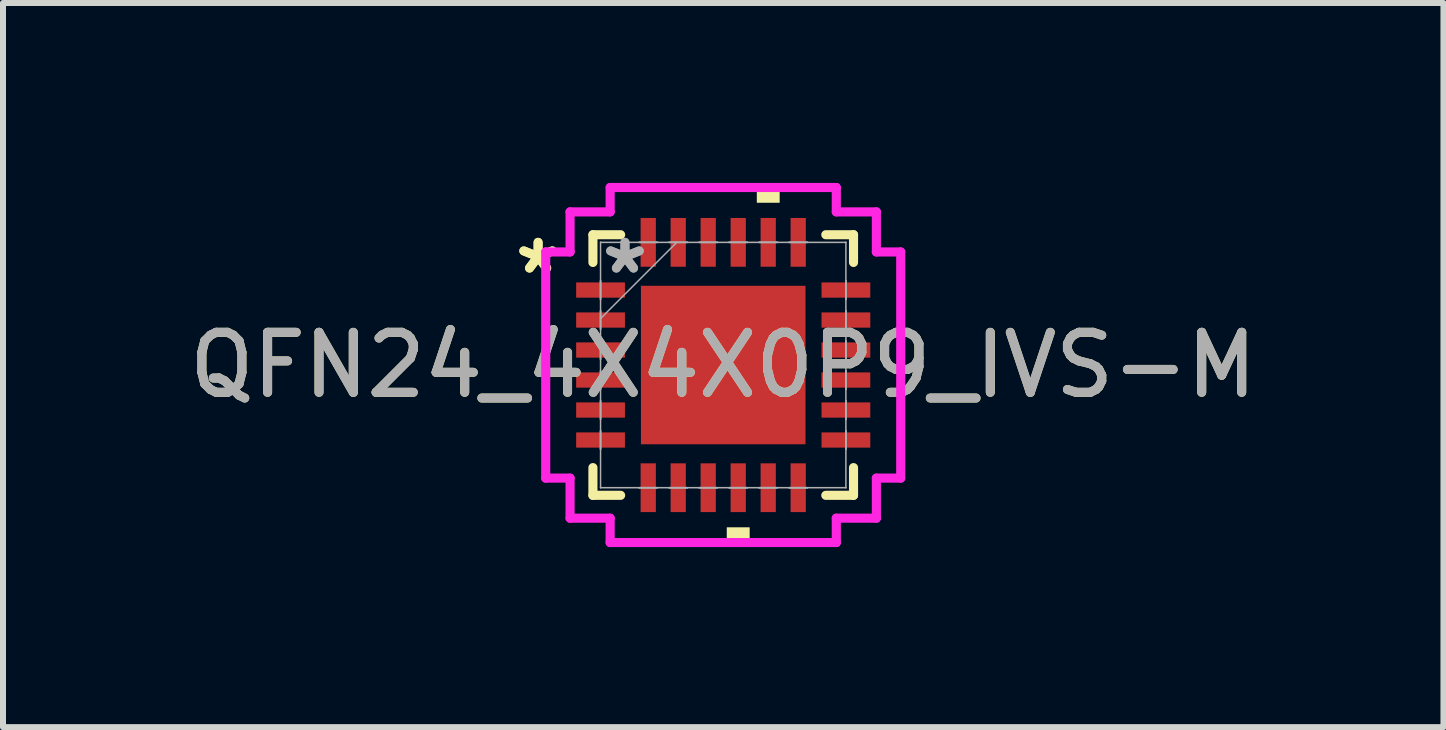
<source format=kicad_pcb>
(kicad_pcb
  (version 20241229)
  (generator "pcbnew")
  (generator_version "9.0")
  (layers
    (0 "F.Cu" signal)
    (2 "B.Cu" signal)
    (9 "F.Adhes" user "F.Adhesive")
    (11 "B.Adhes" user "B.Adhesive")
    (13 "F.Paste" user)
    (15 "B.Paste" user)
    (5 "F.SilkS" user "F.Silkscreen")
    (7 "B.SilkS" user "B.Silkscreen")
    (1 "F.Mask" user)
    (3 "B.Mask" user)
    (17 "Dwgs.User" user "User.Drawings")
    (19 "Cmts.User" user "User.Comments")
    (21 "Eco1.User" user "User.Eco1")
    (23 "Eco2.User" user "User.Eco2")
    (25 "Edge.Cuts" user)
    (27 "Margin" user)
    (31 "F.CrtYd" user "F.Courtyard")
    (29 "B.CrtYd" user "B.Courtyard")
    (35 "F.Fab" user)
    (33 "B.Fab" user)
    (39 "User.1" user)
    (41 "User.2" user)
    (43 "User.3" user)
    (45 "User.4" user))
  (footprint "QFN24_4X4X0P9_IVS-M"
    (layer "F.Cu")
    (at 9.006 3.035)
    (property "Reference" "QFN24_4X4X0P9_IVS-M" (at 0 0 0) (unlocked yes) (layer "F.SilkS") (effects (font (size 1 1) (thickness 0.15))))
    (attr smd)
    (fp_line (start -2.172 -2.172) (end -2.172 -1.71) (stroke (width 0.152) (type solid)) (layer "F.SilkS"))
    (fp_line (start -2.172 1.71) (end -2.172 2.172) (stroke (width 0.152) (type solid)) (layer "F.SilkS"))
    (fp_line (start -2.172 2.172) (end -1.71 2.172) (stroke (width 0.152) (type solid)) (layer "F.SilkS"))
    (fp_line (start -1.71 -2.172) (end -2.172 -2.172) (stroke (width 0.152) (type solid)) (layer "F.SilkS"))
    (fp_line (start 1.71 2.172) (end 2.172 2.172) (stroke (width 0.152) (type solid)) (layer "F.SilkS"))
    (fp_line (start 2.172 -2.172) (end 1.71 -2.172) (stroke (width 0.152) (type solid)) (layer "F.SilkS"))
    (fp_line (start 2.172 -1.71) (end 2.172 -2.172) (stroke (width 0.152) (type solid)) (layer "F.SilkS"))
    (fp_line (start 2.172 2.172) (end 2.172 1.71) (stroke (width 0.152) (type solid)) (layer "F.SilkS"))
    (fp_poly (pts (xy 0.059 2.705) (xy 0.059 2.959) (xy 0.441 2.959) (xy 0.441 2.705)) (stroke (width 0) (type solid)) (fill yes) (layer "F.SilkS"))
    (fp_poly (pts (xy 0.56 -2.705) (xy 0.56 -2.959) (xy 0.941 -2.959) (xy 0.941 -2.705)) (stroke (width 0) (type solid)) (fill yes) (layer "F.SilkS"))
    (fp_poly (pts (xy -1.272 -1.221) (xy -1.272 -0.1) (xy -0.1 -0.1) (xy -0.1 -1.221)) (stroke (width 0) (type solid)) (fill yes) (layer "F.Paste"))
    (fp_poly (pts (xy -1.272 0.1) (xy -1.272 1.221) (xy -0.1 1.221) (xy -0.1 0.1)) (stroke (width 0) (type solid)) (fill yes) (layer "F.Paste"))
    (fp_poly (pts (xy 0.1 -1.221) (xy 0.1 -0.1) (xy 1.272 -0.1) (xy 1.272 -1.221)) (stroke (width 0) (type solid)) (fill yes) (layer "F.Paste"))
    (fp_poly (pts (xy 0.1 0.1) (xy 0.1 1.221) (xy 1.272 1.221) (xy 1.272 0.1)) (stroke (width 0) (type solid)) (fill yes) (layer "F.Paste"))
    (fp_line (start -2.959 -1.885) (end -2.553 -1.885) (stroke (width 0.152) (type solid)) (layer "F.CrtYd"))
    (fp_line (start -2.959 1.885) (end -2.959 -1.885) (stroke (width 0.152) (type solid)) (layer "F.CrtYd"))
    (fp_line (start -2.553 -2.553) (end -1.885 -2.553) (stroke (width 0.152) (type solid)) (layer "F.CrtYd"))
    (fp_line (start -2.553 -1.885) (end -2.553 -2.553) (stroke (width 0.152) (type solid)) (layer "F.CrtYd"))
    (fp_line (start -2.553 1.885) (end -2.959 1.885) (stroke (width 0.152) (type solid)) (layer "F.CrtYd"))
    (fp_line (start -2.553 2.553) (end -2.553 1.885) (stroke (width 0.152) (type solid)) (layer "F.CrtYd"))
    (fp_line (start -1.885 -2.959) (end 1.885 -2.959) (stroke (width 0.152) (type solid)) (layer "F.CrtYd"))
    (fp_line (start -1.885 -2.553) (end -1.885 -2.959) (stroke (width 0.152) (type solid)) (layer "F.CrtYd"))
    (fp_line (start -1.885 2.553) (end -2.553 2.553) (stroke (width 0.152) (type solid)) (layer "F.CrtYd"))
    (fp_line (start -1.885 2.959) (end -1.885 2.553) (stroke (width 0.152) (type solid)) (layer "F.CrtYd"))
    (fp_line (start 1.885 -2.959) (end 1.885 -2.553) (stroke (width 0.152) (type solid)) (layer "F.CrtYd"))
    (fp_line (start 1.885 -2.553) (end 2.553 -2.553) (stroke (width 0.152) (type solid)) (layer "F.CrtYd"))
    (fp_line (start 1.885 2.553) (end 1.885 2.959) (stroke (width 0.152) (type solid)) (layer "F.CrtYd"))
    (fp_line (start 1.885 2.959) (end -1.885 2.959) (stroke (width 0.152) (type solid)) (layer "F.CrtYd"))
    (fp_line (start 2.553 -2.553) (end 2.553 -1.885) (stroke (width 0.152) (type solid)) (layer "F.CrtYd"))
    (fp_line (start 2.553 -1.885) (end 2.959 -1.885) (stroke (width 0.152) (type solid)) (layer "F.CrtYd"))
    (fp_line (start 2.553 1.885) (end 2.553 2.553) (stroke (width 0.152) (type solid)) (layer "F.CrtYd"))
    (fp_line (start 2.553 2.553) (end 1.885 2.553) (stroke (width 0.152) (type solid)) (layer "F.CrtYd"))
    (fp_line (start 2.959 -1.885) (end 2.959 1.885) (stroke (width 0.152) (type solid)) (layer "F.CrtYd"))
    (fp_line (start 2.959 1.885) (end 2.553 1.885) (stroke (width 0.152) (type solid)) (layer "F.CrtYd"))
    (fp_line (start -2.045 -2.045) (end -2.045 -2.045) (stroke (width 0.025) (type solid)) (layer "F.Fab"))
    (fp_line (start -2.045 -2.045) (end -2.045 2.045) (stroke (width 0.025) (type solid)) (layer "F.Fab"))
    (fp_line (start -2.045 -1.402) (end -2.045 -1.402) (stroke (width 0.025) (type solid)) (layer "F.Fab"))
    (fp_line (start -2.045 -1.402) (end -2.045 -1.098) (stroke (width 0.025) (type solid)) (layer "F.Fab"))
    (fp_line (start -2.045 -1.098) (end -2.045 -1.402) (stroke (width 0.025) (type solid)) (layer "F.Fab"))
    (fp_line (start -2.045 -1.098) (end -2.045 -1.098) (stroke (width 0.025) (type solid)) (layer "F.Fab"))
    (fp_line (start -2.045 -0.902) (end -2.045 -0.902) (stroke (width 0.025) (type solid)) (layer "F.Fab"))
    (fp_line (start -2.045 -0.902) (end -2.045 -0.598) (stroke (width 0.025) (type solid)) (layer "F.Fab"))
    (fp_line (start -2.045 -0.775) (end -0.775 -2.045) (stroke (width 0.025) (type solid)) (layer "F.Fab"))
    (fp_line (start -2.045 -0.598) (end -2.045 -0.902) (stroke (width 0.025) (type solid)) (layer "F.Fab"))
    (fp_line (start -2.045 -0.598) (end -2.045 -0.598) (stroke (width 0.025) (type solid)) (layer "F.Fab"))
    (fp_line (start -2.045 -0.402) (end -2.045 -0.402) (stroke (width 0.025) (type solid)) (layer "F.Fab"))
    (fp_line (start -2.045 -0.402) (end -2.045 -0.098) (stroke (width 0.025) (type solid)) (layer "F.Fab"))
    (fp_line (start -2.045 -0.098) (end -2.045 -0.402) (stroke (width 0.025) (type solid)) (layer "F.Fab"))
    (fp_line (start -2.045 -0.098) (end -2.045 -0.098) (stroke (width 0.025) (type solid)) (layer "F.Fab"))
    (fp_line (start -2.045 0.098) (end -2.045 0.098) (stroke (width 0.025) (type solid)) (layer "F.Fab"))
    (fp_line (start -2.045 0.098) (end -2.045 0.402) (stroke (width 0.025) (type solid)) (layer "F.Fab"))
    (fp_line (start -2.045 0.402) (end -2.045 0.098) (stroke (width 0.025) (type solid)) (layer "F.Fab"))
    (fp_line (start -2.045 0.402) (end -2.045 0.402) (stroke (width 0.025) (type solid)) (layer "F.Fab"))
    (fp_line (start -2.045 0.598) (end -2.045 0.598) (stroke (width 0.025) (type solid)) (layer "F.Fab"))
    (fp_line (start -2.045 0.598) (end -2.045 0.902) (stroke (width 0.025) (type solid)) (layer "F.Fab"))
    (fp_line (start -2.045 0.902) (end -2.045 0.598) (stroke (width 0.025) (type solid)) (layer "F.Fab"))
    (fp_line (start -2.045 0.902) (end -2.045 0.902) (stroke (width 0.025) (type solid)) (layer "F.Fab"))
    (fp_line (start -2.045 1.098) (end -2.045 1.098) (stroke (width 0.025) (type solid)) (layer "F.Fab"))
    (fp_line (start -2.045 1.098) (end -2.045 1.402) (stroke (width 0.025) (type solid)) (layer "F.Fab"))
    (fp_line (start -2.045 1.402) (end -2.045 1.098) (stroke (width 0.025) (type solid)) (layer "F.Fab"))
    (fp_line (start -2.045 1.402) (end -2.045 1.402) (stroke (width 0.025) (type solid)) (layer "F.Fab"))
    (fp_line (start -2.045 2.045) (end -2.045 2.045) (stroke (width 0.025) (type solid)) (layer "F.Fab"))
    (fp_line (start -2.045 2.045) (end 2.045 2.045) (stroke (width 0.025) (type solid)) (layer "F.Fab"))
    (fp_line (start -1.402 -2.045) (end -1.402 -2.045) (stroke (width 0.025) (type solid)) (layer "F.Fab"))
    (fp_line (start -1.402 -2.045) (end -1.098 -2.045) (stroke (width 0.025) (type solid)) (layer "F.Fab"))
    (fp_line (start -1.402 2.045) (end -1.402 2.045) (stroke (width 0.025) (type solid)) (layer "F.Fab"))
    (fp_line (start -1.402 2.045) (end -1.098 2.045) (stroke (width 0.025) (type solid)) (layer "F.Fab"))
    (fp_line (start -1.098 -2.045) (end -1.402 -2.045) (stroke (width 0.025) (type solid)) (layer "F.Fab"))
    (fp_line (start -1.098 -2.045) (end -1.098 -2.045) (stroke (width 0.025) (type solid)) (layer "F.Fab"))
    (fp_line (start -1.098 2.045) (end -1.402 2.045) (stroke (width 0.025) (type solid)) (layer "F.Fab"))
    (fp_line (start -1.098 2.045) (end -1.098 2.045) (stroke (width 0.025) (type solid)) (layer "F.Fab"))
    (fp_line (start -0.902 -2.045) (end -0.902 -2.045) (stroke (width 0.025) (type solid)) (layer "F.Fab"))
    (fp_line (start -0.902 -2.045) (end -0.598 -2.045) (stroke (width 0.025) (type solid)) (layer "F.Fab"))
    (fp_line (start -0.902 2.045) (end -0.902 2.045) (stroke (width 0.025) (type solid)) (layer "F.Fab"))
    (fp_line (start -0.902 2.045) (end -0.598 2.045) (stroke (width 0.025) (type solid)) (layer "F.Fab"))
    (fp_line (start -0.598 -2.045) (end -0.902 -2.045) (stroke (width 0.025) (type solid)) (layer "F.Fab"))
    (fp_line (start -0.598 -2.045) (end -0.598 -2.045) (stroke (width 0.025) (type solid)) (layer "F.Fab"))
    (fp_line (start -0.598 2.045) (end -0.902 2.045) (stroke (width 0.025) (type solid)) (layer "F.Fab"))
    (fp_line (start -0.598 2.045) (end -0.598 2.045) (stroke (width 0.025) (type solid)) (layer "F.Fab"))
    (fp_line (start -0.402 -2.045) (end -0.402 -2.045) (stroke (width 0.025) (type solid)) (layer "F.Fab"))
    (fp_line (start -0.402 -2.045) (end -0.098 -2.045) (stroke (width 0.025) (type solid)) (layer "F.Fab"))
    (fp_line (start -0.402 2.045) (end -0.402 2.045) (stroke (width 0.025) (type solid)) (layer "F.Fab"))
    (fp_line (start -0.402 2.045) (end -0.098 2.045) (stroke (width 0.025) (type solid)) (layer "F.Fab"))
    (fp_line (start -0.098 -2.045) (end -0.402 -2.045) (stroke (width 0.025) (type solid)) (layer "F.Fab"))
    (fp_line (start -0.098 -2.045) (end -0.098 -2.045) (stroke (width 0.025) (type solid)) (layer "F.Fab"))
    (fp_line (start -0.098 2.045) (end -0.402 2.045) (stroke (width 0.025) (type solid)) (layer "F.Fab"))
    (fp_line (start -0.098 2.045) (end -0.098 2.045) (stroke (width 0.025) (type solid)) (layer "F.Fab"))
    (fp_line (start 0.098 -2.045) (end 0.098 -2.045) (stroke (width 0.025) (type solid)) (layer "F.Fab"))
    (fp_line (start 0.098 -2.045) (end 0.402 -2.045) (stroke (width 0.025) (type solid)) (layer "F.Fab"))
    (fp_line (start 0.098 2.045) (end 0.098 2.045) (stroke (width 0.025) (type solid)) (layer "F.Fab"))
    (fp_line (start 0.098 2.045) (end 0.402 2.045) (stroke (width 0.025) (type solid)) (layer "F.Fab"))
    (fp_line (start 0.402 -2.045) (end 0.098 -2.045) (stroke (width 0.025) (type solid)) (layer "F.Fab"))
    (fp_line (start 0.402 -2.045) (end 0.402 -2.045) (stroke (width 0.025) (type solid)) (layer "F.Fab"))
    (fp_line (start 0.402 2.045) (end 0.098 2.045) (stroke (width 0.025) (type solid)) (layer "F.Fab"))
    (fp_line (start 0.402 2.045) (end 0.402 2.045) (stroke (width 0.025) (type solid)) (layer "F.Fab"))
    (fp_line (start 0.598 -2.045) (end 0.598 -2.045) (stroke (width 0.025) (type solid)) (layer "F.Fab"))
    (fp_line (start 0.598 -2.045) (end 0.902 -2.045) (stroke (width 0.025) (type solid)) (layer "F.Fab"))
    (fp_line (start 0.598 2.045) (end 0.598 2.045) (stroke (width 0.025) (type solid)) (layer "F.Fab"))
    (fp_line (start 0.598 2.045) (end 0.902 2.045) (stroke (width 0.025) (type solid)) (layer "F.Fab"))
    (fp_line (start 0.902 -2.045) (end 0.598 -2.045) (stroke (width 0.025) (type solid)) (layer "F.Fab"))
    (fp_line (start 0.902 -2.045) (end 0.902 -2.045) (stroke (width 0.025) (type solid)) (layer "F.Fab"))
    (fp_line (start 0.902 2.045) (end 0.598 2.045) (stroke (width 0.025) (type solid)) (layer "F.Fab"))
    (fp_line (start 0.902 2.045) (end 0.902 2.045) (stroke (width 0.025) (type solid)) (layer "F.Fab"))
    (fp_line (start 1.098 -2.045) (end 1.098 -2.045) (stroke (width 0.025) (type solid)) (layer "F.Fab"))
    (fp_line (start 1.098 -2.045) (end 1.402 -2.045) (stroke (width 0.025) (type solid)) (layer "F.Fab"))
    (fp_line (start 1.098 2.045) (end 1.098 2.045) (stroke (width 0.025) (type solid)) (layer "F.Fab"))
    (fp_line (start 1.098 2.045) (end 1.402 2.045) (stroke (width 0.025) (type solid)) (layer "F.Fab"))
    (fp_line (start 1.402 -2.045) (end 1.098 -2.045) (stroke (width 0.025) (type solid)) (layer "F.Fab"))
    (fp_line (start 1.402 -2.045) (end 1.402 -2.045) (stroke (width 0.025) (type solid)) (layer "F.Fab"))
    (fp_line (start 1.402 2.045) (end 1.098 2.045) (stroke (width 0.025) (type solid)) (layer "F.Fab"))
    (fp_line (start 1.402 2.045) (end 1.402 2.045) (stroke (width 0.025) (type solid)) (layer "F.Fab"))
    (fp_line (start 2.045 -2.045) (end -2.045 -2.045) (stroke (width 0.025) (type solid)) (layer "F.Fab"))
    (fp_line (start 2.045 -2.045) (end 2.045 -2.045) (stroke (width 0.025) (type solid)) (layer "F.Fab"))
    (fp_line (start 2.045 -1.402) (end 2.045 -1.402) (stroke (width 0.025) (type solid)) (layer "F.Fab"))
    (fp_line (start 2.045 -1.402) (end 2.045 -1.098) (stroke (width 0.025) (type solid)) (layer "F.Fab"))
    (fp_line (start 2.045 -1.098) (end 2.045 -1.402) (stroke (width 0.025) (type solid)) (layer "F.Fab"))
    (fp_line (start 2.045 -1.098) (end 2.045 -1.098) (stroke (width 0.025) (type solid)) (layer "F.Fab"))
    (fp_line (start 2.045 -0.902) (end 2.045 -0.902) (stroke (width 0.025) (type solid)) (layer "F.Fab"))
    (fp_line (start 2.045 -0.902) (end 2.045 -0.598) (stroke (width 0.025) (type solid)) (layer "F.Fab"))
    (fp_line (start 2.045 -0.598) (end 2.045 -0.902) (stroke (width 0.025) (type solid)) (layer "F.Fab"))
    (fp_line (start 2.045 -0.598) (end 2.045 -0.598) (stroke (width 0.025) (type solid)) (layer "F.Fab"))
    (fp_line (start 2.045 -0.402) (end 2.045 -0.402) (stroke (width 0.025) (type solid)) (layer "F.Fab"))
    (fp_line (start 2.045 -0.402) (end 2.045 -0.098) (stroke (width 0.025) (type solid)) (layer "F.Fab"))
    (fp_line (start 2.045 -0.098) (end 2.045 -0.402) (stroke (width 0.025) (type solid)) (layer "F.Fab"))
    (fp_line (start 2.045 -0.098) (end 2.045 -0.098) (stroke (width 0.025) (type solid)) (layer "F.Fab"))
    (fp_line (start 2.045 0.098) (end 2.045 0.098) (stroke (width 0.025) (type solid)) (layer "F.Fab"))
    (fp_line (start 2.045 0.098) (end 2.045 0.402) (stroke (width 0.025) (type solid)) (layer "F.Fab"))
    (fp_line (start 2.045 0.402) (end 2.045 0.098) (stroke (width 0.025) (type solid)) (layer "F.Fab"))
    (fp_line (start 2.045 0.402) (end 2.045 0.402) (stroke (width 0.025) (type solid)) (layer "F.Fab"))
    (fp_line (start 2.045 0.598) (end 2.045 0.598) (stroke (width 0.025) (type solid)) (layer "F.Fab"))
    (fp_line (start 2.045 0.598) (end 2.045 0.902) (stroke (width 0.025) (type solid)) (layer "F.Fab"))
    (fp_line (start 2.045 0.902) (end 2.045 0.598) (stroke (width 0.025) (type solid)) (layer "F.Fab"))
    (fp_line (start 2.045 0.902) (end 2.045 0.902) (stroke (width 0.025) (type solid)) (layer "F.Fab"))
    (fp_line (start 2.045 1.098) (end 2.045 1.098) (stroke (width 0.025) (type solid)) (layer "F.Fab"))
    (fp_line (start 2.045 1.098) (end 2.045 1.402) (stroke (width 0.025) (type solid)) (layer "F.Fab"))
    (fp_line (start 2.045 1.402) (end 2.045 1.098) (stroke (width 0.025) (type solid)) (layer "F.Fab"))
    (fp_line (start 2.045 1.402) (end 2.045 1.402) (stroke (width 0.025) (type solid)) (layer "F.Fab"))
    (fp_line (start 2.045 2.045) (end 2.045 -2.045) (stroke (width 0.025) (type solid)) (layer "F.Fab"))
    (fp_line (start 2.045 2.045) (end 2.045 2.045) (stroke (width 0.025) (type solid)) (layer "F.Fab"))
    (fp_text user "*" (at -3.086 -1.5 0) (layer "F.SilkS") (effects (font (size 1 1) (thickness 0.15))))
    (fp_text user "*" (at -3.086 -1.5 0) (unlocked yes) (layer "F.SilkS") (effects (font (size 1 1) (thickness 0.15))))
    (fp_text user "*" (at -1.638 -1.5 0) (unlocked yes) (layer "F.Fab") (effects (font (size 1 1) (thickness 0.15))))
    (fp_text user "*" (at -1.638 -1.5 0) (layer "F.Fab") (effects (font (size 1 1) (thickness 0.15))))
    (fp_text user "${REFERENCE}" (at 0 0 0) (unlocked yes) (layer "F.Fab") (effects (font (size 1 1) (thickness 0.15))))
    (pad "1" smd rect (at -2.045 -1.25 90) (size 0.254 0.813) (layers "F.Cu" "F.Mask" "F.Paste"))
    (pad "2" smd rect (at -2.045 -0.75 90) (size 0.254 0.813) (layers "F.Cu" "F.Mask" "F.Paste"))
    (pad "3" smd rect (at -2.045 -0.25 90) (size 0.254 0.813) (layers "F.Cu" "F.Mask" "F.Paste"))
    (pad "4" smd rect (at -2.045 0.25 90) (size 0.254 0.813) (layers "F.Cu" "F.Mask" "F.Paste"))
    (pad "5" smd rect (at -2.045 0.75 90) (size 0.254 0.813) (layers "F.Cu" "F.Mask" "F.Paste"))
    (pad "6" smd rect (at -2.045 1.25 90) (size 0.254 0.813) (layers "F.Cu" "F.Mask" "F.Paste"))
    (pad "7" smd rect (at -1.25 2.045) (size 0.254 0.813) (layers "F.Cu" "F.Mask" "F.Paste"))
    (pad "8" smd rect (at -0.75 2.045) (size 0.254 0.813) (layers "F.Cu" "F.Mask" "F.Paste"))
    (pad "9" smd rect (at -0.25 2.045) (size 0.254 0.813) (layers "F.Cu" "F.Mask" "F.Paste"))
    (pad "10" smd rect (at 0.25 2.045) (size 0.254 0.813) (layers "F.Cu" "F.Mask" "F.Paste"))
    (pad "11" smd rect (at 0.75 2.045) (size 0.254 0.813) (layers "F.Cu" "F.Mask" "F.Paste"))
    (pad "12" smd rect (at 1.25 2.045) (size 0.254 0.813) (layers "F.Cu" "F.Mask" "F.Paste"))
    (pad "13" smd rect (at 2.045 1.25 90) (size 0.254 0.813) (layers "F.Cu" "F.Mask" "F.Paste"))
    (pad "14" smd rect (at 2.045 0.75 90) (size 0.254 0.813) (layers "F.Cu" "F.Mask" "F.Paste"))
    (pad "15" smd rect (at 2.045 0.25 90) (size 0.254 0.813) (layers "F.Cu" "F.Mask" "F.Paste"))
    (pad "16" smd rect (at 2.045 -0.25 90) (size 0.254 0.813) (layers "F.Cu" "F.Mask" "F.Paste"))
    (pad "17" smd rect (at 2.045 -0.75 90) (size 0.254 0.813) (layers "F.Cu" "F.Mask" "F.Paste"))
    (pad "18" smd rect (at 2.045 -1.25 90) (size 0.254 0.813) (layers "F.Cu" "F.Mask" "F.Paste"))
    (pad "19" smd rect (at 1.25 -2.045) (size 0.254 0.813) (layers "F.Cu" "F.Mask" "F.Paste"))
    (pad "20" smd rect (at 0.75 -2.045) (size 0.254 0.813) (layers "F.Cu" "F.Mask" "F.Paste"))
    (pad "21" smd rect (at 0.25 -2.045) (size 0.254 0.813) (layers "F.Cu" "F.Mask" "F.Paste"))
    (pad "22" smd rect (at -0.25 -2.045) (size 0.254 0.813) (layers "F.Cu" "F.Mask" "F.Paste"))
    (pad "23" smd rect (at -0.75 -2.045) (size 0.254 0.813) (layers "F.Cu" "F.Mask" "F.Paste"))
    (pad "24" smd rect (at -1.25 -2.045) (size 0.254 0.813) (layers "F.Cu" "F.Mask" "F.Paste"))
    (pad "25" smd rect (at 0 0) (size 2.743 2.642) (layers "F.Cu" "F.Mask")))
  (gr_rect
    (start -3 -3)
    (end 21.012 9.071)
    (stroke (width 0.1) (type default))
    (fill no)
    (layer "Edge.Cuts")))
</source>
